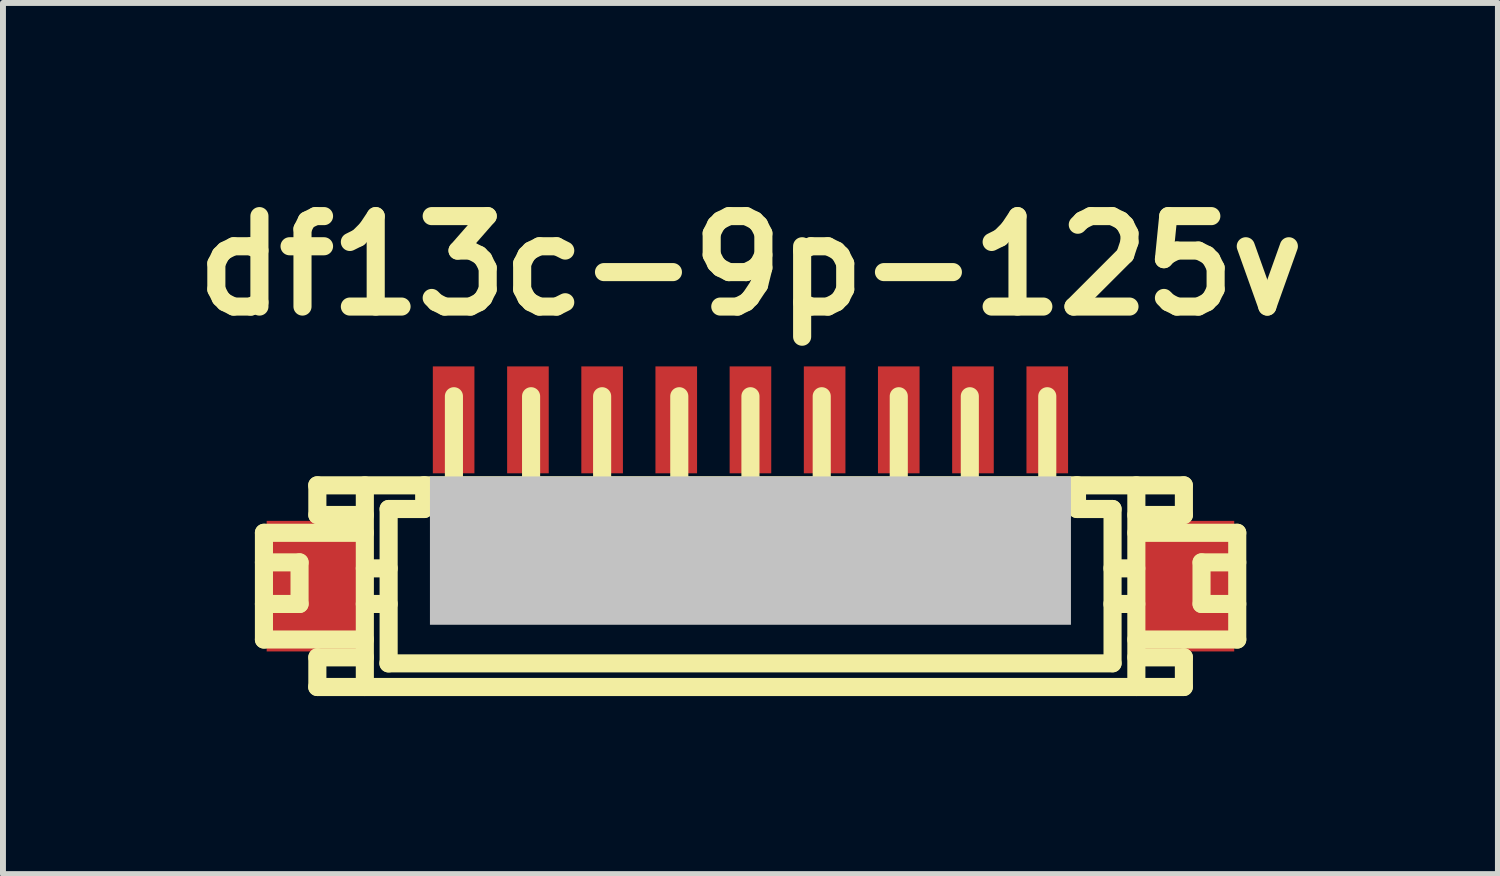
<source format=kicad_pcb>
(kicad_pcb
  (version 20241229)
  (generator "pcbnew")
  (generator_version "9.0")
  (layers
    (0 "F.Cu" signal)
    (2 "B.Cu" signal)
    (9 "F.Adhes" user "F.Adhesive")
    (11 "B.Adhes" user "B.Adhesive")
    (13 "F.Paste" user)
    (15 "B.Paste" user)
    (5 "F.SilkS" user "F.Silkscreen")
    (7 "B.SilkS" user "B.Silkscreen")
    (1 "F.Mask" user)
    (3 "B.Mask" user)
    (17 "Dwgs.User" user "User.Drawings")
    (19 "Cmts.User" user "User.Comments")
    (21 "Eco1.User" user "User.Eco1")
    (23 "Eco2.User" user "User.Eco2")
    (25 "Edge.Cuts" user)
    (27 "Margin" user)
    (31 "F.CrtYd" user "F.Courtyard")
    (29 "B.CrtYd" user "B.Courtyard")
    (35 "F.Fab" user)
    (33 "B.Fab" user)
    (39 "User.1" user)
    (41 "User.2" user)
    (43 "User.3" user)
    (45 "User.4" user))
  (footprint "df13c-9p-125v"
    (layer "F.Cu")
    (at 9.594 6.026)
    (property "Reference" "df13c-9p-125v" (at 0 -4.6 0) (layer "F.SilkS") (effects (font (size 1.524 1.524) (thickness 0.305))))
    (attr through_hole)
    (fp_line (start -8.197 -0.099) (end -6.497 -0.099) (stroke (width 0.305) (type solid)) (layer "F.SilkS"))
    (fp_line (start -8.197 0.399) (end -7.597 0.399) (stroke (width 0.305) (type solid)) (layer "F.SilkS"))
    (fp_line (start -8.197 1.699) (end -8.197 -0.099) (stroke (width 0.305) (type solid)) (layer "F.SilkS"))
    (fp_line (start -8.197 1.699) (end -6.497 1.699) (stroke (width 0.305) (type solid)) (layer "F.SilkS"))
    (fp_line (start -7.597 0.399) (end -7.597 1.1) (stroke (width 0.305) (type solid)) (layer "F.SilkS"))
    (fp_line (start -7.597 1.1) (end -8.197 1.1) (stroke (width 0.305) (type solid)) (layer "F.SilkS"))
    (fp_line (start -7.3 -0.899) (end 7.3 -0.899) (stroke (width 0.305) (type solid)) (layer "F.SilkS"))
    (fp_line (start -7.297 -0.399) (end -7.297 -0.899) (stroke (width 0.305) (type solid)) (layer "F.SilkS"))
    (fp_line (start -7.297 2.499) (end -7.297 1.999) (stroke (width 0.305) (type solid)) (layer "F.SilkS"))
    (fp_line (start -6.497 -0.899) (end -6.497 2.499) (stroke (width 0.305) (type solid)) (layer "F.SilkS"))
    (fp_line (start -6.497 -0.399) (end -7.297 -0.399) (stroke (width 0.305) (type solid)) (layer "F.SilkS"))
    (fp_line (start -6.497 0.5) (end -6.096 0.5) (stroke (width 0.305) (type solid)) (layer "F.SilkS"))
    (fp_line (start -6.497 1.1) (end -6.096 1.1) (stroke (width 0.305) (type solid)) (layer "F.SilkS"))
    (fp_line (start -6.497 1.999) (end -7.297 1.999) (stroke (width 0.305) (type solid)) (layer "F.SilkS"))
    (fp_line (start -6.101 2.101) (end 6.101 2.101) (stroke (width 0.305) (type solid)) (layer "F.SilkS"))
    (fp_line (start -6.096 -0.5) (end -5.497 -0.5) (stroke (width 0.305) (type solid)) (layer "F.SilkS"))
    (fp_line (start -6.096 2.101) (end -6.096 -0.5) (stroke (width 0.305) (type solid)) (layer "F.SilkS"))
    (fp_line (start -5.497 -0.902) (end -5.497 -0.5) (stroke (width 0.305) (type solid)) (layer "F.SilkS"))
    (fp_line (start -5.098 0.998) (end -5.098 1.199) (stroke (width 0.305) (type solid)) (layer "F.SilkS"))
    (fp_line (start -5.098 1.199) (end -4.897 1.199) (stroke (width 0.305) (type solid)) (layer "F.SilkS"))
    (fp_line (start -4.996 -0.902) (end -4.996 -2.4) (stroke (width 0.305) (type solid)) (layer "F.SilkS"))
    (fp_line (start -4.897 0.998) (end -5.098 0.998) (stroke (width 0.305) (type solid)) (layer "F.SilkS"))
    (fp_line (start -4.897 1.199) (end -4.897 0.998) (stroke (width 0.305) (type solid)) (layer "F.SilkS"))
    (fp_line (start -3.8 1.001) (end -3.602 1.001) (stroke (width 0.305) (type solid)) (layer "F.SilkS"))
    (fp_line (start -3.8 1.199) (end -3.8 1.001) (stroke (width 0.305) (type solid)) (layer "F.SilkS"))
    (fp_line (start -3.696 -0.899) (end -3.696 -2.4) (stroke (width 0.305) (type solid)) (layer "F.SilkS"))
    (fp_line (start -3.602 1.001) (end -3.602 1.199) (stroke (width 0.305) (type solid)) (layer "F.SilkS"))
    (fp_line (start -3.602 1.199) (end -3.8 1.199) (stroke (width 0.305) (type solid)) (layer "F.SilkS"))
    (fp_line (start -2.598 1.001) (end -2.4 1.001) (stroke (width 0.305) (type solid)) (layer "F.SilkS"))
    (fp_line (start -2.598 1.199) (end -2.598 1.001) (stroke (width 0.305) (type solid)) (layer "F.SilkS"))
    (fp_line (start -2.499 -2.4) (end -2.499 -0.899) (stroke (width 0.305) (type solid)) (layer "F.SilkS"))
    (fp_line (start -2.4 1.001) (end -2.4 1.199) (stroke (width 0.305) (type solid)) (layer "F.SilkS"))
    (fp_line (start -2.4 1.199) (end -2.598 1.199) (stroke (width 0.305) (type solid)) (layer "F.SilkS"))
    (fp_line (start -1.298 1.001) (end -1.1 1.001) (stroke (width 0.305) (type solid)) (layer "F.SilkS"))
    (fp_line (start -1.298 1.199) (end -1.298 1.001) (stroke (width 0.305) (type solid)) (layer "F.SilkS"))
    (fp_line (start -1.199 -0.899) (end -1.199 -2.4) (stroke (width 0.305) (type solid)) (layer "F.SilkS"))
    (fp_line (start -1.1 1.001) (end -1.1 1.199) (stroke (width 0.305) (type solid)) (layer "F.SilkS"))
    (fp_line (start -1.1 1.199) (end -1.298 1.199) (stroke (width 0.305) (type solid)) (layer "F.SilkS"))
    (fp_line (start -0.099 1.001) (end 0.099 1.001) (stroke (width 0.305) (type solid)) (layer "F.SilkS"))
    (fp_line (start -0.099 1.199) (end -0.099 1.001) (stroke (width 0.305) (type solid)) (layer "F.SilkS"))
    (fp_line (start 0 -0.899) (end 0 -2.4) (stroke (width 0.305) (type solid)) (layer "F.SilkS"))
    (fp_line (start 0.099 1.001) (end 0.099 1.199) (stroke (width 0.305) (type solid)) (layer "F.SilkS"))
    (fp_line (start 0.099 1.199) (end -0.099 1.199) (stroke (width 0.305) (type solid)) (layer "F.SilkS"))
    (fp_line (start 1.1 1.001) (end 1.3 1.001) (stroke (width 0.305) (type solid)) (layer "F.SilkS"))
    (fp_line (start 1.1 1.199) (end 1.1 1.001) (stroke (width 0.305) (type solid)) (layer "F.SilkS"))
    (fp_line (start 1.201 -2.4) (end 1.201 -0.899) (stroke (width 0.305) (type solid)) (layer "F.SilkS"))
    (fp_line (start 1.3 1.001) (end 1.3 1.199) (stroke (width 0.305) (type solid)) (layer "F.SilkS"))
    (fp_line (start 1.3 1.199) (end 1.1 1.199) (stroke (width 0.305) (type solid)) (layer "F.SilkS"))
    (fp_line (start 2.398 1.001) (end 2.596 1.001) (stroke (width 0.305) (type solid)) (layer "F.SilkS"))
    (fp_line (start 2.398 1.199) (end 2.398 1.001) (stroke (width 0.305) (type solid)) (layer "F.SilkS"))
    (fp_line (start 2.499 -0.899) (end 2.499 -2.4) (stroke (width 0.305) (type solid)) (layer "F.SilkS"))
    (fp_line (start 2.596 1.001) (end 2.596 1.199) (stroke (width 0.305) (type solid)) (layer "F.SilkS"))
    (fp_line (start 2.596 1.199) (end 2.398 1.199) (stroke (width 0.305) (type solid)) (layer "F.SilkS"))
    (fp_line (start 3.602 0.998) (end 3.802 0.998) (stroke (width 0.305) (type solid)) (layer "F.SilkS"))
    (fp_line (start 3.602 1.199) (end 3.602 0.998) (stroke (width 0.305) (type solid)) (layer "F.SilkS"))
    (fp_line (start 3.696 -0.899) (end 3.696 -2.4) (stroke (width 0.305) (type solid)) (layer "F.SilkS"))
    (fp_line (start 3.802 0.998) (end 3.802 1.199) (stroke (width 0.305) (type solid)) (layer "F.SilkS"))
    (fp_line (start 3.802 1.199) (end 3.602 1.199) (stroke (width 0.305) (type solid)) (layer "F.SilkS"))
    (fp_line (start 4.902 1.001) (end 5.103 1.001) (stroke (width 0.305) (type solid)) (layer "F.SilkS"))
    (fp_line (start 4.902 1.199) (end 4.902 1.001) (stroke (width 0.305) (type solid)) (layer "F.SilkS"))
    (fp_line (start 5.001 -0.902) (end 5.001 -2.4) (stroke (width 0.305) (type solid)) (layer "F.SilkS"))
    (fp_line (start 5.103 1.001) (end 5.103 1.199) (stroke (width 0.305) (type solid)) (layer "F.SilkS"))
    (fp_line (start 5.103 1.199) (end 4.902 1.199) (stroke (width 0.305) (type solid)) (layer "F.SilkS"))
    (fp_line (start 5.502 -0.5) (end 5.502 -0.902) (stroke (width 0.305) (type solid)) (layer "F.SilkS"))
    (fp_line (start 6.099 1.1) (end 6.5 1.1) (stroke (width 0.305) (type solid)) (layer "F.SilkS"))
    (fp_line (start 6.101 -0.5) (end 5.502 -0.5) (stroke (width 0.305) (type solid)) (layer "F.SilkS"))
    (fp_line (start 6.101 2.098) (end 6.101 -0.5) (stroke (width 0.305) (type solid)) (layer "F.SilkS"))
    (fp_line (start 6.5 0.5) (end 6.099 0.5) (stroke (width 0.305) (type solid)) (layer "F.SilkS"))
    (fp_line (start 6.502 -0.899) (end 6.502 2.499) (stroke (width 0.305) (type solid)) (layer "F.SilkS"))
    (fp_line (start 7.3 2.499) (end -7.3 2.499) (stroke (width 0.305) (type solid)) (layer "F.SilkS"))
    (fp_line (start 7.303 -0.399) (end 6.502 -0.399) (stroke (width 0.305) (type solid)) (layer "F.SilkS"))
    (fp_line (start 7.303 -0.399) (end 7.303 -0.899) (stroke (width 0.305) (type solid)) (layer "F.SilkS"))
    (fp_line (start 7.303 1.999) (end 6.502 1.999) (stroke (width 0.305) (type solid)) (layer "F.SilkS"))
    (fp_line (start 7.303 2.499) (end 7.303 1.999) (stroke (width 0.305) (type solid)) (layer "F.SilkS"))
    (fp_line (start 7.6 0.399) (end 7.6 1.1) (stroke (width 0.305) (type solid)) (layer "F.SilkS"))
    (fp_line (start 7.602 0.399) (end 8.202 0.399) (stroke (width 0.305) (type solid)) (layer "F.SilkS"))
    (fp_line (start 7.602 1.1) (end 8.202 1.1) (stroke (width 0.305) (type solid)) (layer "F.SilkS"))
    (fp_line (start 8.202 -0.099) (end 6.502 -0.099) (stroke (width 0.305) (type solid)) (layer "F.SilkS"))
    (fp_line (start 8.202 -0.099) (end 8.202 1.699) (stroke (width 0.305) (type solid)) (layer "F.SilkS"))
    (fp_line (start 8.202 1.699) (end 6.502 1.699) (stroke (width 0.305) (type solid)) (layer "F.SilkS"))
    (pad "" smd rect (at -7.351 0.8) (size 1.6 2.2) (layers "F.Cu" "F.Mask" "F.Paste"))
    (pad "" smd rect (at 0 0.201) (size 10.8 2.499) (layers "Dwgs.User"))
    (pad "" smd rect (at 7.351 0.8) (size 1.6 2.2) (layers "F.Cu" "F.Mask" "F.Paste"))
    (pad "1" smd rect (at -5.001 -2.002) (size 0.701 1.801) (layers "F.Cu" "F.Mask" "F.Paste"))
    (pad "2" smd rect (at -3.749 -2.002) (size 0.701 1.801) (layers "F.Cu" "F.Mask" "F.Paste"))
    (pad "3" smd rect (at -2.499 -2.002) (size 0.701 1.801) (layers "F.Cu" "F.Mask" "F.Paste"))
    (pad "4" smd rect (at -1.25 -2.002) (size 0.701 1.801) (layers "F.Cu" "F.Mask" "F.Paste"))
    (pad "5" smd rect (at 0 -2.002) (size 0.701 1.801) (layers "F.Cu" "F.Mask" "F.Paste"))
    (pad "6" smd rect (at 1.25 -2.002) (size 0.701 1.801) (layers "F.Cu" "F.Mask" "F.Paste"))
    (pad "7" smd rect (at 2.499 -2.002) (size 0.701 1.801) (layers "F.Cu" "F.Mask" "F.Paste"))
    (pad "8" smd rect (at 3.749 -2.002) (size 0.701 1.801) (layers "F.Cu" "F.Mask" "F.Paste"))
    (pad "9" smd rect (at 5.001 -2.002) (size 0.701 1.801) (layers "F.Cu" "F.Mask" "F.Paste")))
  (gr_rect
    (start -3 -3)
    (end 22.188 11.678)
    (stroke (width 0.1) (type default))
    (fill no)
    (layer "Edge.Cuts")))
</source>
